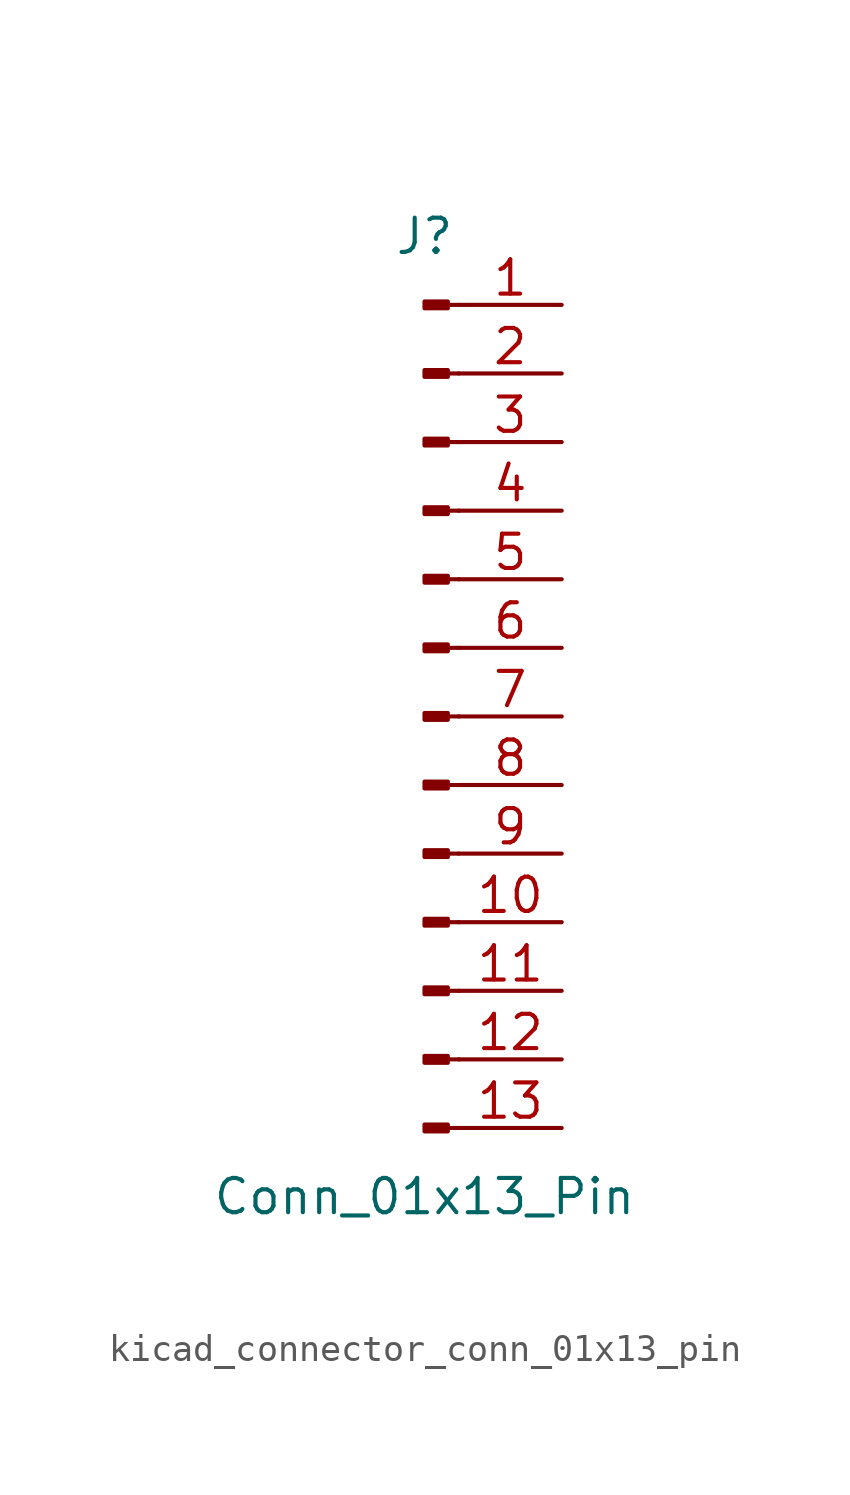
<source format=kicad_sym>
(kicad_symbol_lib
  (version 20220914)
  (generator kicad_symbol_editor)
  (symbol "kicad_connector_conn_01x13_pin"
    (pin_names
      (offset 1.016) hide)
    (property "Reference" "J"
      (at 0 17.78 0)
      (effects (font (size 1.27 1.27))))
    (property "Value" "Conn_01x13_Pin"
      (at 0 -17.78 0)
      (effects (font (size 1.27 1.27))))
    (property "ki_locked" ""
      (at 0 0 0)
      (effects (font (size 1.27 1.27))))
    (symbol "kicad_connector_conn_01x13_pin_1_1"
      (polyline (pts (xy 1.27 -15.24) (xy 0.864 -15.24)) (stroke (width 0.152) (type default)) (fill (type none)))
      (polyline (pts (xy 1.27 -12.7) (xy 0.864 -12.7)) (stroke (width 0.152) (type default)) (fill (type none)))
      (polyline (pts (xy 1.27 -10.16) (xy 0.864 -10.16)) (stroke (width 0.152) (type default)) (fill (type none)))
      (polyline (pts (xy 1.27 -7.62) (xy 0.864 -7.62)) (stroke (width 0.152) (type default)) (fill (type none)))
      (polyline (pts (xy 1.27 -5.08) (xy 0.864 -5.08)) (stroke (width 0.152) (type default)) (fill (type none)))
      (polyline (pts (xy 1.27 -2.54) (xy 0.864 -2.54)) (stroke (width 0.152) (type default)) (fill (type none)))
      (polyline (pts (xy 1.27 0) (xy 0.864 0)) (stroke (width 0.152) (type default)) (fill (type none)))
      (polyline (pts (xy 1.27 2.54) (xy 0.864 2.54)) (stroke (width 0.152) (type default)) (fill (type none)))
      (polyline (pts (xy 1.27 5.08) (xy 0.864 5.08)) (stroke (width 0.152) (type default)) (fill (type none)))
      (polyline (pts (xy 1.27 7.62) (xy 0.864 7.62)) (stroke (width 0.152) (type default)) (fill (type none)))
      (polyline (pts (xy 1.27 10.16) (xy 0.864 10.16)) (stroke (width 0.152) (type default)) (fill (type none)))
      (polyline (pts (xy 1.27 12.7) (xy 0.864 12.7)) (stroke (width 0.152) (type default)) (fill (type none)))
      (polyline (pts (xy 1.27 15.24) (xy 0.864 15.24)) (stroke (width 0.152) (type default)) (fill (type none)))
      (rectangle (start 0.864 -15.113) (end 0 -15.367) (stroke (width 0.152) (type default)) (fill (type outline)))
      (rectangle (start 0.864 -12.573) (end 0 -12.827) (stroke (width 0.152) (type default)) (fill (type outline)))
      (rectangle (start 0.864 -10.033) (end 0 -10.287) (stroke (width 0.152) (type default)) (fill (type outline)))
      (rectangle (start 0.864 -7.493) (end 0 -7.747) (stroke (width 0.152) (type default)) (fill (type outline)))
      (rectangle (start 0.864 -4.953) (end 0 -5.207) (stroke (width 0.152) (type default)) (fill (type outline)))
      (rectangle (start 0.864 -2.413) (end 0 -2.667) (stroke (width 0.152) (type default)) (fill (type outline)))
      (rectangle (start 0.864 0.127) (end 0 -0.127) (stroke (width 0.152) (type default)) (fill (type outline)))
      (rectangle (start 0.864 2.667) (end 0 2.413) (stroke (width 0.152) (type default)) (fill (type outline)))
      (rectangle (start 0.864 5.207) (end 0 4.953) (stroke (width 0.152) (type default)) (fill (type outline)))
      (rectangle (start 0.864 7.747) (end 0 7.493) (stroke (width 0.152) (type default)) (fill (type outline)))
      (rectangle (start 0.864 10.287) (end 0 10.033) (stroke (width 0.152) (type default)) (fill (type outline)))
      (rectangle (start 0.864 12.827) (end 0 12.573) (stroke (width 0.152) (type default)) (fill (type outline)))
      (rectangle (start 0.864 15.367) (end 0 15.113) (stroke (width 0.152) (type default)) (fill (type outline)))
      (pin passive line (at 5.08 15.24 180) (length 3.81) (name "Pin_1" (effects (font (size 1.27 1.27)))) (number "1" (effects (font (size 1.27 1.27)))))
      (pin passive line (at 5.08 -7.62 180) (length 3.81) (name "Pin_10" (effects (font (size 1.27 1.27)))) (number "10" (effects (font (size 1.27 1.27)))))
      (pin passive line (at 5.08 -10.16 180) (length 3.81) (name "Pin_11" (effects (font (size 1.27 1.27)))) (number "11" (effects (font (size 1.27 1.27)))))
      (pin passive line (at 5.08 -12.7 180) (length 3.81) (name "Pin_12" (effects (font (size 1.27 1.27)))) (number "12" (effects (font (size 1.27 1.27)))))
      (pin passive line (at 5.08 -15.24 180) (length 3.81) (name "Pin_13" (effects (font (size 1.27 1.27)))) (number "13" (effects (font (size 1.27 1.27)))))
      (pin passive line (at 5.08 12.7 180) (length 3.81) (name "Pin_2" (effects (font (size 1.27 1.27)))) (number "2" (effects (font (size 1.27 1.27)))))
      (pin passive line (at 5.08 10.16 180) (length 3.81) (name "Pin_3" (effects (font (size 1.27 1.27)))) (number "3" (effects (font (size 1.27 1.27)))))
      (pin passive line (at 5.08 7.62 180) (length 3.81) (name "Pin_4" (effects (font (size 1.27 1.27)))) (number "4" (effects (font (size 1.27 1.27)))))
      (pin passive line (at 5.08 5.08 180) (length 3.81) (name "Pin_5" (effects (font (size 1.27 1.27)))) (number "5" (effects (font (size 1.27 1.27)))))
      (pin passive line (at 5.08 2.54 180) (length 3.81) (name "Pin_6" (effects (font (size 1.27 1.27)))) (number "6" (effects (font (size 1.27 1.27)))))
      (pin passive line (at 5.08 0 180) (length 3.81) (name "Pin_7" (effects (font (size 1.27 1.27)))) (number "7" (effects (font (size 1.27 1.27)))))
      (pin passive line (at 5.08 -2.54 180) (length 3.81) (name "Pin_8" (effects (font (size 1.27 1.27)))) (number "8" (effects (font (size 1.27 1.27)))))
      (pin passive line (at 5.08 -5.08 180) (length 3.81) (name "Pin_9" (effects (font (size 1.27 1.27)))) (number "9" (effects (font (size 1.27 1.27))))))))
</source>
